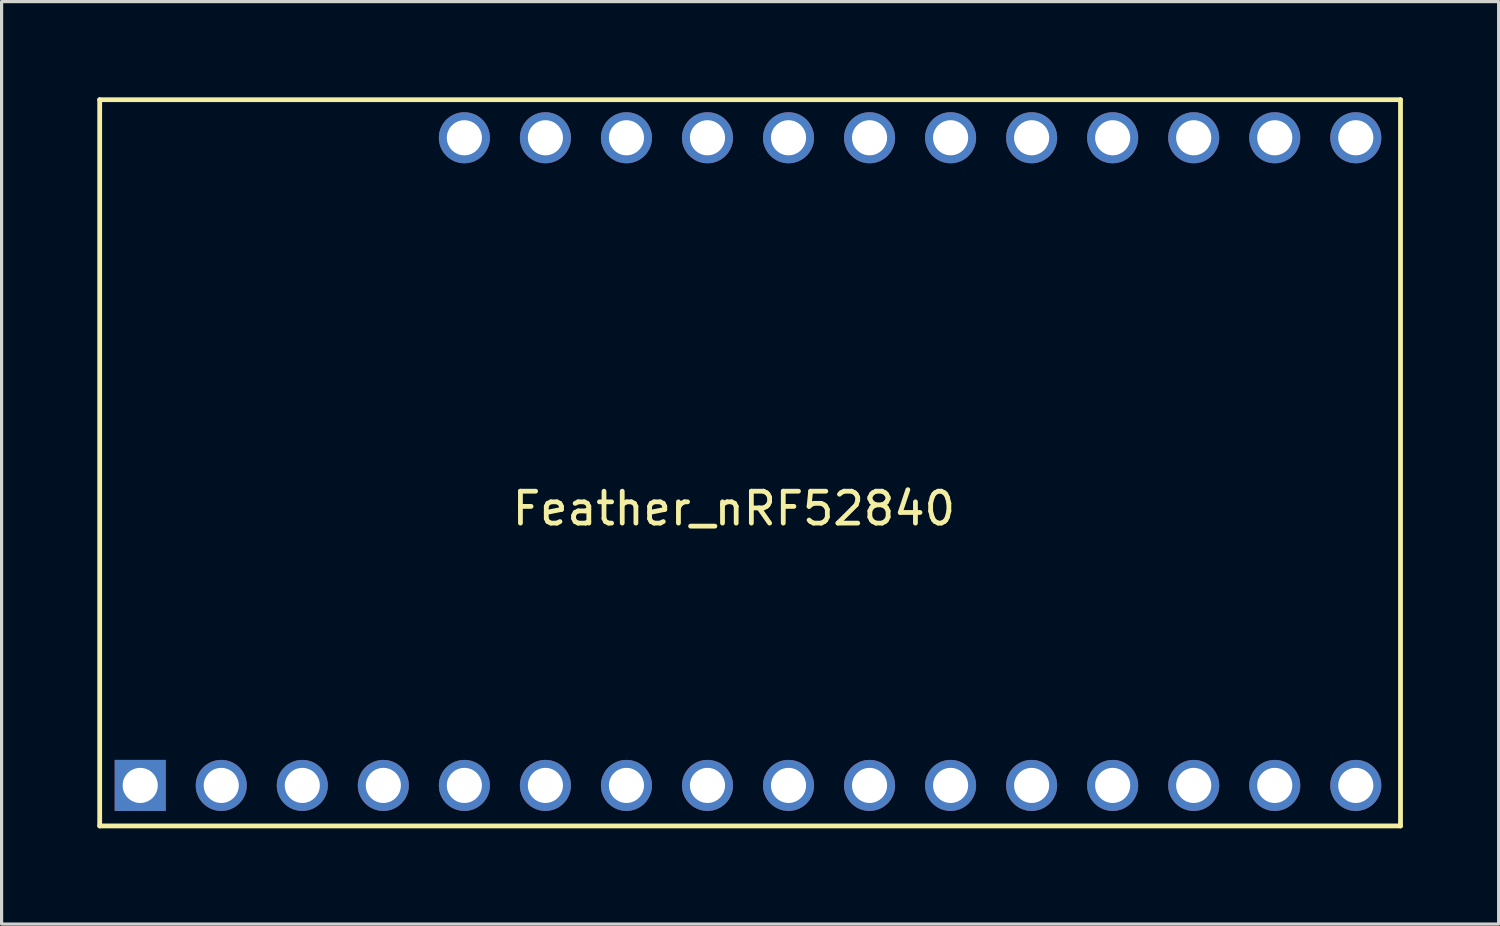
<source format=kicad_pcb>
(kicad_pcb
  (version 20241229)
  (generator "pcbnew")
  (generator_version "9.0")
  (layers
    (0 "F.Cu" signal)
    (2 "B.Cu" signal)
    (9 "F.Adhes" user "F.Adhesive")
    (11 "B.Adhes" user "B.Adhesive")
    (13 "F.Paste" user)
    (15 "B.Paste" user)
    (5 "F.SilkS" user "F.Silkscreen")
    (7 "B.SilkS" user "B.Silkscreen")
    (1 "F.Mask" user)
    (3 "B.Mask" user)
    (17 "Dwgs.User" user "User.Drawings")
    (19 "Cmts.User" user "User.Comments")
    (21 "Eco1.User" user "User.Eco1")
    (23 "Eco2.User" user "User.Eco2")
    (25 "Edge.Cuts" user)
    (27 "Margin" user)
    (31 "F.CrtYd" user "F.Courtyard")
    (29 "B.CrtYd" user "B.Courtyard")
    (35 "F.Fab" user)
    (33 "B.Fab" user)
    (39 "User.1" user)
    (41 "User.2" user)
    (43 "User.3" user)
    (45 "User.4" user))
  (footprint "Feather_nRF52840"
    (layer "F.Cu")
    (at 19.986 11.436)
    (property "Reference" "Feather_nRF52840" (at -0.033 1.455 0) (layer "F.SilkS") (effects (font (size 1 1) (thickness 0.15))))
    (attr through_hole)
    (fp_line (start -19.911 -11.361) (end 20.861 -11.361) (stroke (width 0.15) (type solid)) (layer "F.SilkS"))
    (fp_line (start -19.911 11.402) (end -19.911 -11.361) (stroke (width 0.15) (type solid)) (layer "F.SilkS"))
    (fp_line (start -19.911 11.402) (end 20.861 11.402) (stroke (width 0.15) (type solid)) (layer "F.SilkS"))
    (fp_line (start 20.861 11.402) (end 20.861 -11.361) (stroke (width 0.15) (type solid)) (layer "F.SilkS"))
    (pad "1" thru_hole rect (at -18.641 10.132) (size 1.6 1.6) (drill 1.1) (layers "*.Cu" "*.Mask"))
    (pad "2" thru_hole circle (at -16.101 10.132) (size 1.6 1.6) (drill 1.1) (layers "*.Cu" "*.Mask"))
    (pad "3" thru_hole circle (at -13.561 10.132) (size 1.6 1.6) (drill 1.1) (layers "*.Cu" "*.Mask"))
    (pad "4" thru_hole circle (at -11.021 10.132) (size 1.6 1.6) (drill 1.1) (layers "*.Cu" "*.Mask"))
    (pad "5" thru_hole circle (at -8.481 10.132) (size 1.6 1.6) (drill 1.1) (layers "*.Cu" "*.Mask"))
    (pad "6" thru_hole circle (at -5.941 10.132) (size 1.6 1.6) (drill 1.1) (layers "*.Cu" "*.Mask"))
    (pad "7" thru_hole circle (at -3.401 10.132) (size 1.6 1.6) (drill 1.1) (layers "*.Cu" "*.Mask"))
    (pad "8" thru_hole circle (at -0.861 10.132) (size 1.6 1.6) (drill 1.1) (layers "*.Cu" "*.Mask"))
    (pad "9" thru_hole circle (at 1.679 10.132) (size 1.6 1.6) (drill 1.1) (layers "*.Cu" "*.Mask"))
    (pad "10" thru_hole circle (at 4.219 10.132) (size 1.6 1.6) (drill 1.1) (layers "*.Cu" "*.Mask"))
    (pad "11" thru_hole circle (at 6.759 10.132) (size 1.6 1.6) (drill 1.1) (layers "*.Cu" "*.Mask"))
    (pad "12" thru_hole circle (at 9.299 10.132) (size 1.6 1.6) (drill 1.1) (layers "*.Cu" "*.Mask"))
    (pad "13" thru_hole circle (at 11.839 10.132) (size 1.6 1.6) (drill 1.1) (layers "*.Cu" "*.Mask"))
    (pad "14" thru_hole circle (at 14.379 10.132) (size 1.6 1.6) (drill 1.1) (layers "*.Cu" "*.Mask"))
    (pad "15" thru_hole circle (at 16.919 10.132) (size 1.6 1.6) (drill 1.1) (layers "*.Cu" "*.Mask"))
    (pad "16" thru_hole circle (at 19.459 10.132) (size 1.6 1.6) (drill 1.1) (layers "*.Cu" "*.Mask"))
    (pad "17" thru_hole circle (at 19.459 -10.168) (size 1.6 1.6) (drill 1.1) (layers "*.Cu" "*.Mask"))
    (pad "18" thru_hole circle (at 16.919 -10.168) (size 1.6 1.6) (drill 1.1) (layers "*.Cu" "*.Mask"))
    (pad "19" thru_hole circle (at 14.379 -10.168) (size 1.6 1.6) (drill 1.1) (layers "*.Cu" "*.Mask"))
    (pad "20" thru_hole circle (at 11.839 -10.168) (size 1.6 1.6) (drill 1.1) (layers "*.Cu" "*.Mask"))
    (pad "21" thru_hole circle (at 9.299 -10.168) (size 1.6 1.6) (drill 1.1) (layers "*.Cu" "*.Mask"))
    (pad "22" thru_hole circle (at 6.759 -10.168) (size 1.6 1.6) (drill 1.1) (layers "*.Cu" "*.Mask"))
    (pad "23" thru_hole circle (at 4.219 -10.168) (size 1.6 1.6) (drill 1.1) (layers "*.Cu" "*.Mask"))
    (pad "24" thru_hole circle (at 1.679 -10.168) (size 1.6 1.6) (drill 1.1) (layers "*.Cu" "*.Mask"))
    (pad "25" thru_hole circle (at -0.861 -10.168) (size 1.6 1.6) (drill 1.1) (layers "*.Cu" "*.Mask"))
    (pad "26" thru_hole circle (at -3.401 -10.168) (size 1.6 1.6) (drill 1.1) (layers "*.Cu" "*.Mask"))
    (pad "27" thru_hole circle (at -5.941 -10.168) (size 1.6 1.6) (drill 1.1) (layers "*.Cu" "*.Mask"))
    (pad "28" thru_hole circle (at -8.481 -10.168) (size 1.6 1.6) (drill 1.1) (layers "*.Cu" "*.Mask")))
  (gr_rect
    (start -3 -3)
    (end 43.922 25.913)
    (stroke (width 0.1) (type default))
    (fill no)
    (layer "Edge.Cuts")))
</source>
